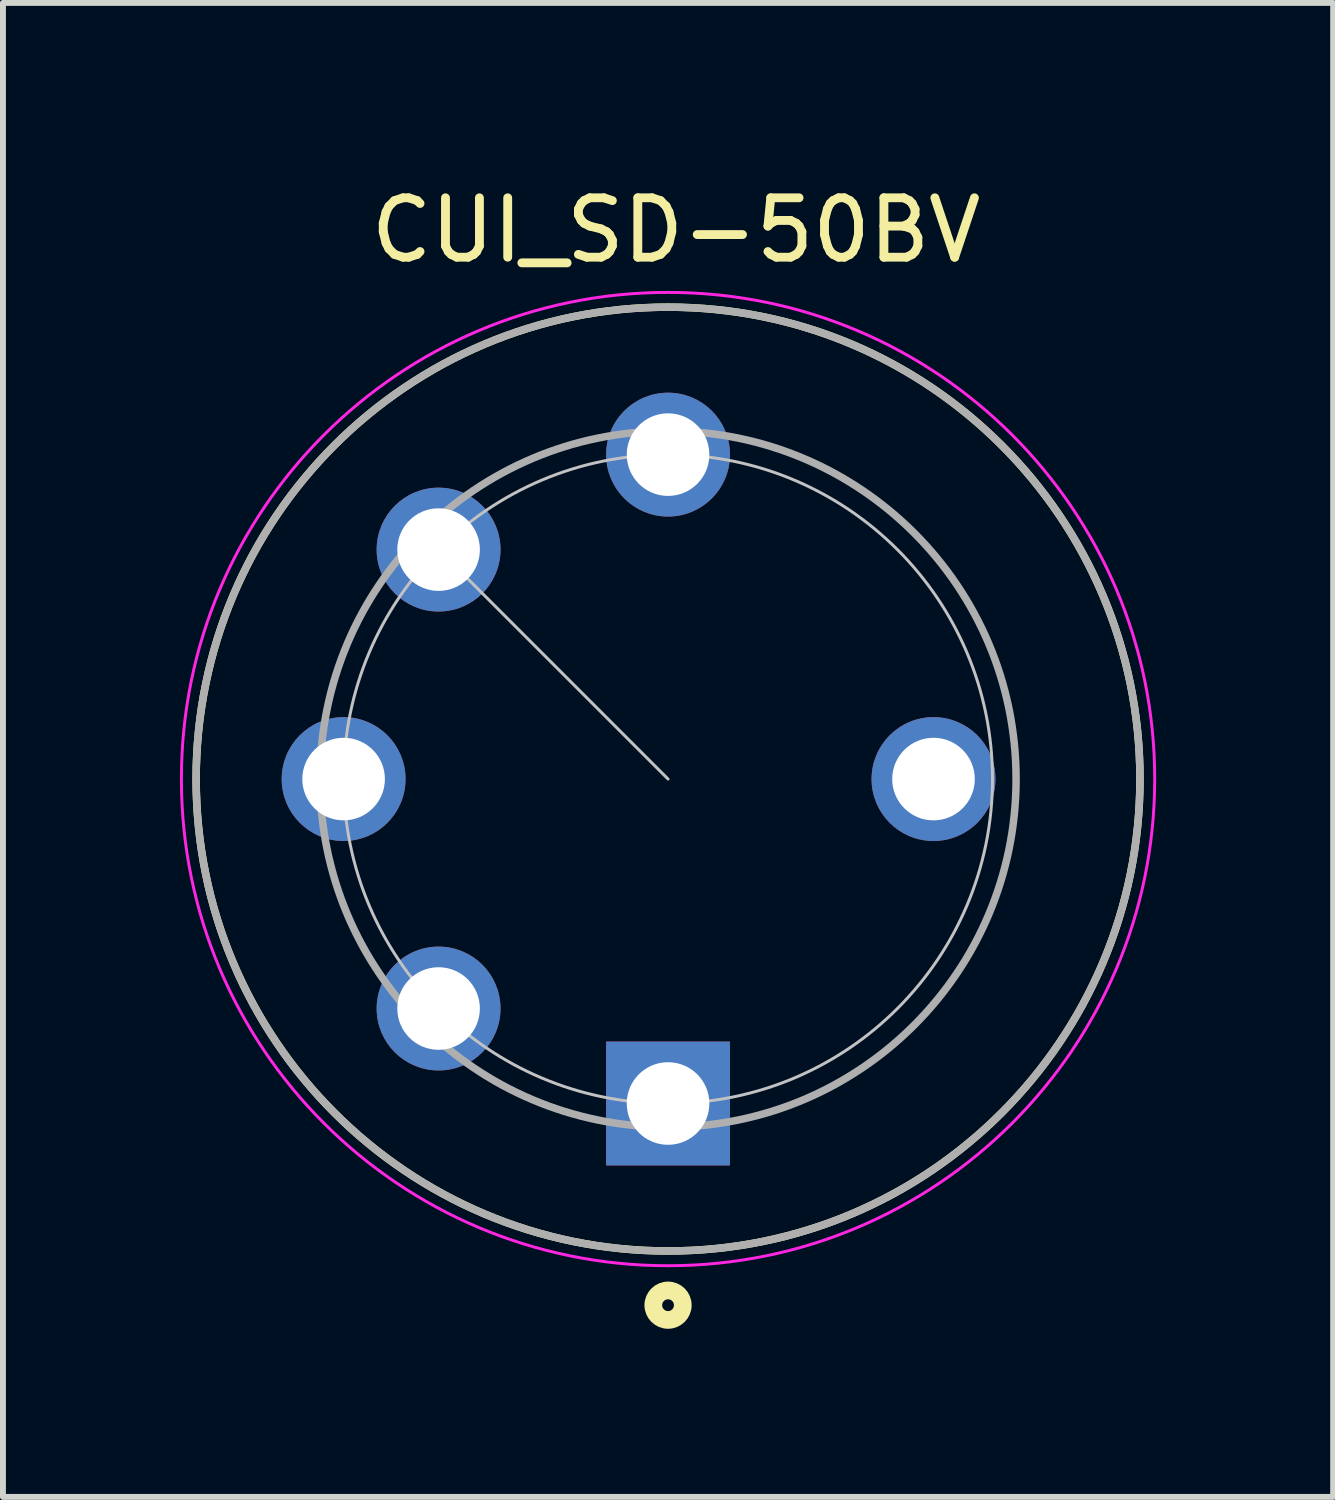
<source format=kicad_pcb>
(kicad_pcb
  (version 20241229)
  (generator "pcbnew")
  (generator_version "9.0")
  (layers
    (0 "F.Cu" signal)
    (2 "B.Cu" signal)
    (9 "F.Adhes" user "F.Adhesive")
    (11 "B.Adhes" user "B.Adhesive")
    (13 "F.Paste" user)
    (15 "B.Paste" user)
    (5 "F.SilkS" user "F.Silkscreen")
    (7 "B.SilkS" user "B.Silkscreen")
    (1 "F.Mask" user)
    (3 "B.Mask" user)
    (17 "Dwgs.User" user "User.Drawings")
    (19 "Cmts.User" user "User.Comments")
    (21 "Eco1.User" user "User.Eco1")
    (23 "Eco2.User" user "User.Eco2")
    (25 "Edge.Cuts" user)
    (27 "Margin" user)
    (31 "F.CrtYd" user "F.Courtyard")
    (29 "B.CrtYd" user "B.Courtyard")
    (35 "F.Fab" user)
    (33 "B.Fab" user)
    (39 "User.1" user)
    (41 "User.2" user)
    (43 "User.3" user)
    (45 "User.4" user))
  (footprint "CUI_SD-50BV"
    (layer "F.Cu")
    (at 8.275 10.157)
    (property "Reference" "CUI_SD-50BV" (at 0.135 -9.305 0) (layer "F.SilkS") (effects (font (size 1.007 1.007) (thickness 0.15))))
    (attr through_hole)
    (fp_circle (center 0 0) (end 8 0) (stroke (width 0.127) (type solid)) (fill no) (layer "F.SilkS"))
    (fp_circle (center 0 8.919) (end 0.1 8.919) (stroke (width 0.3) (type solid)) (fill no) (layer "F.SilkS"))
    (fp_line (start 0 0) (end -3.89 -3.89) (stroke (width 0.05) (type solid)) (layer "Dwgs.User"))
    (fp_circle (center 0 0) (end 5.5 0) (stroke (width 0.05) (type solid)) (fill no) (layer "Dwgs.User"))
    (fp_circle (center 0 0) (end 8.25 0) (stroke (width 0.05) (type solid)) (fill no) (layer "F.CrtYd"))
    (fp_circle (center 0 0) (end 5.9 0) (stroke (width 0.127) (type solid)) (fill no) (layer "F.Fab"))
    (fp_circle (center 0 0) (end 8 0) (stroke (width 0.127) (type solid)) (fill no) (layer "F.Fab"))
    (pad "1" thru_hole rect (at 0 5.5) (size 2.1 2.1) (drill 1.4) (layers "*.Cu" "*.Mask"))
    (pad "2" thru_hole circle (at -5.5 0) (size 2.1 2.1) (drill 1.4) (layers "*.Cu" "*.Mask"))
    (pad "3" thru_hole circle (at 0 -5.5) (size 2.1 2.1) (drill 1.4) (layers "*.Cu" "*.Mask"))
    (pad "4" thru_hole circle (at -3.89 3.89) (size 2.1 2.1) (drill 1.4) (layers "*.Cu" "*.Mask"))
    (pad "5" thru_hole circle (at -3.89 -3.89) (size 2.1 2.1) (drill 1.4) (layers "*.Cu" "*.Mask"))
    (pad "S" thru_hole circle (at 4.5 0) (size 2.1 2.1) (drill 1.4) (layers "*.Cu" "*.Mask")))
  (gr_rect
    (start -3 -3)
    (end 19.55 22.326)
    (stroke (width 0.1) (type default))
    (fill no)
    (layer "Edge.Cuts")))
</source>
